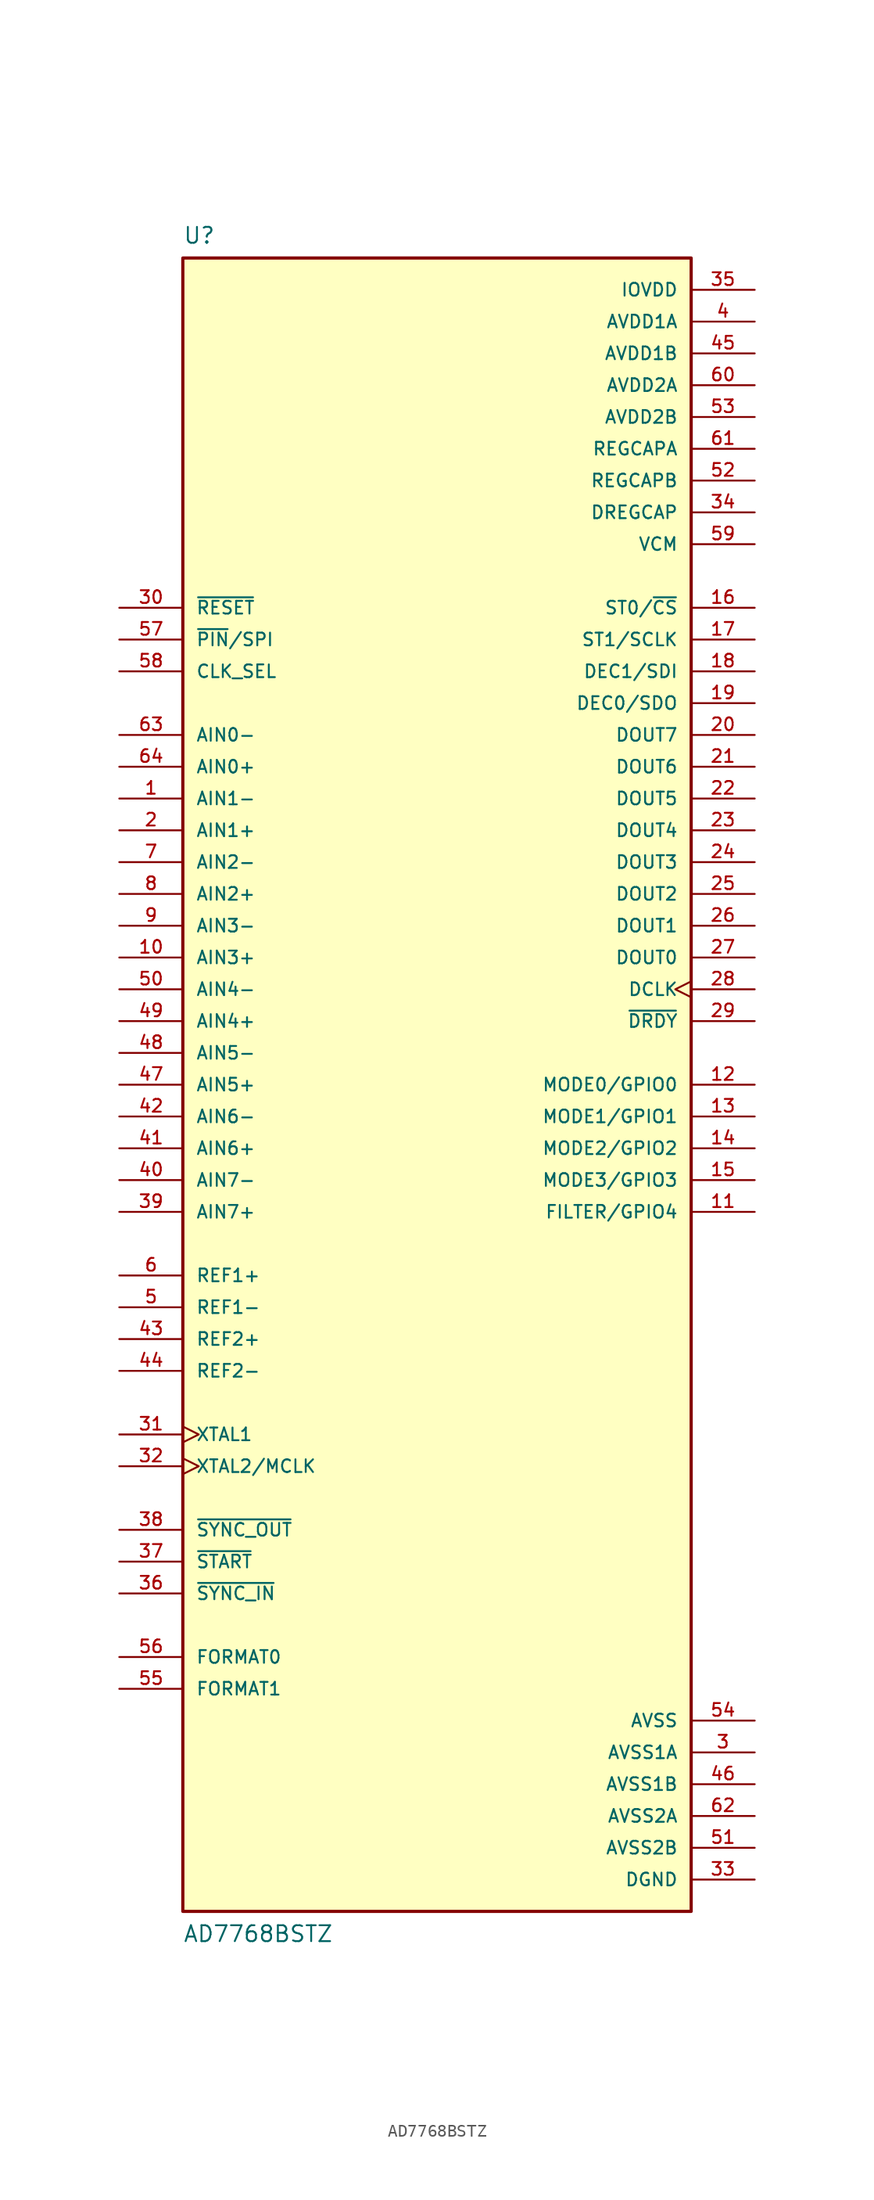
<source format=kicad_sym>
(kicad_symbol_lib
  (version 20211014)
  (generator kicad_symbol_editor)
  (symbol "AD7768BSTZ"
    (pin_names
      (offset 1.016))
    (property "Reference" "U"
      (at -20.32 68.58 0)
      (effects (font (size 1.27 1.27)) (justify top left)))
    (property "Value" "AD7768BSTZ"
      (at -20.32 -68.58 0)
      (effects (font (size 1.27 1.27)) (justify bottom left)))
    (symbol "AD7768BSTZ_0_0"
      (rectangle (start -20.32 -66.04) (end 20.32 66.04) (stroke (width 0.254)) (fill (type background)))
      (pin input line (at -25.4 22.86 0) (length 5.08) (name "AIN1-" (effects (font (size 1.016 1.016)))) (number "1" (effects (font (size 1.016 1.016)))))
      (pin input line (at -25.4 20.32 0) (length 5.08) (name "AIN1+" (effects (font (size 1.016 1.016)))) (number "2" (effects (font (size 1.016 1.016)))))
      (pin power_in line (at 25.4 -53.34 180.0) (length 5.08) (name "AVSS1A" (effects (font (size 1.016 1.016)))) (number "3" (effects (font (size 1.016 1.016)))))
      (pin power_in line (at 25.4 60.96 180.0) (length 5.08) (name "AVDD1A" (effects (font (size 1.016 1.016)))) (number "4" (effects (font (size 1.016 1.016)))))
      (pin input line (at -25.4 -17.78 0) (length 5.08) (name "REF1-" (effects (font (size 1.016 1.016)))) (number "5" (effects (font (size 1.016 1.016)))))
      (pin input line (at -25.4 -15.24 0) (length 5.08) (name "REF1+" (effects (font (size 1.016 1.016)))) (number "6" (effects (font (size 1.016 1.016)))))
      (pin input line (at -25.4 17.78 0) (length 5.08) (name "AIN2-" (effects (font (size 1.016 1.016)))) (number "7" (effects (font (size 1.016 1.016)))))
      (pin input line (at -25.4 15.24 0) (length 5.08) (name "AIN2+" (effects (font (size 1.016 1.016)))) (number "8" (effects (font (size 1.016 1.016)))))
      (pin input line (at -25.4 12.7 0) (length 5.08) (name "AIN3-" (effects (font (size 1.016 1.016)))) (number "9" (effects (font (size 1.016 1.016)))))
      (pin input line (at -25.4 10.16 0) (length 5.08) (name "AIN3+" (effects (font (size 1.016 1.016)))) (number "10" (effects (font (size 1.016 1.016)))))
      (pin bidirectional line (at 25.4 -10.16 180.0) (length 5.08) (name "FILTER/GPIO4" (effects (font (size 1.016 1.016)))) (number "11" (effects (font (size 1.016 1.016)))))
      (pin bidirectional line (at 25.4 -2.54 180.0) (length 5.08) (name "MODE1/GPIO1" (effects (font (size 1.016 1.016)))) (number "13" (effects (font (size 1.016 1.016)))))
      (pin bidirectional line (at 25.4 0.0 180.0) (length 5.08) (name "MODE0/GPIO0" (effects (font (size 1.016 1.016)))) (number "12" (effects (font (size 1.016 1.016)))))
      (pin bidirectional line (at 25.4 -5.08 180.0) (length 5.08) (name "MODE2/GPIO2" (effects (font (size 1.016 1.016)))) (number "14" (effects (font (size 1.016 1.016)))))
      (pin bidirectional line (at 25.4 -7.62 180.0) (length 5.08) (name "MODE3/GPIO3" (effects (font (size 1.016 1.016)))) (number "15" (effects (font (size 1.016 1.016)))))
      (pin input line (at 25.4 38.1 180.0) (length 5.08) (name "ST0/~{CS}" (effects (font (size 1.016 1.016)))) (number "16" (effects (font (size 1.016 1.016)))))
      (pin input line (at 25.4 35.56 180.0) (length 5.08) (name "ST1/SCLK" (effects (font (size 1.016 1.016)))) (number "17" (effects (font (size 1.016 1.016)))))
      (pin input line (at 25.4 33.02 180.0) (length 5.08) (name "DEC1/SDI" (effects (font (size 1.016 1.016)))) (number "18" (effects (font (size 1.016 1.016)))))
      (pin bidirectional line (at 25.4 30.48 180.0) (length 5.08) (name "DEC0/SDO" (effects (font (size 1.016 1.016)))) (number "19" (effects (font (size 1.016 1.016)))))
      (pin bidirectional line (at 25.4 27.94 180.0) (length 5.08) (name "DOUT7" (effects (font (size 1.016 1.016)))) (number "20" (effects (font (size 1.016 1.016)))))
      (pin bidirectional line (at 25.4 25.4 180.0) (length 5.08) (name "DOUT6" (effects (font (size 1.016 1.016)))) (number "21" (effects (font (size 1.016 1.016)))))
      (pin output line (at 25.4 22.86 180.0) (length 5.08) (name "DOUT5" (effects (font (size 1.016 1.016)))) (number "22" (effects (font (size 1.016 1.016)))))
      (pin output line (at 25.4 20.32 180.0) (length 5.08) (name "DOUT4" (effects (font (size 1.016 1.016)))) (number "23" (effects (font (size 1.016 1.016)))))
      (pin output line (at 25.4 17.78 180.0) (length 5.08) (name "DOUT3" (effects (font (size 1.016 1.016)))) (number "24" (effects (font (size 1.016 1.016)))))
      (pin output line (at 25.4 15.24 180.0) (length 5.08) (name "DOUT2" (effects (font (size 1.016 1.016)))) (number "25" (effects (font (size 1.016 1.016)))))
      (pin output line (at 25.4 12.7 180.0) (length 5.08) (name "DOUT1" (effects (font (size 1.016 1.016)))) (number "26" (effects (font (size 1.016 1.016)))))
      (pin output line (at 25.4 10.16 180.0) (length 5.08) (name "DOUT0" (effects (font (size 1.016 1.016)))) (number "27" (effects (font (size 1.016 1.016)))))
      (pin output clock (at 25.4 7.62 180.0) (length 5.08) (name "DCLK" (effects (font (size 1.016 1.016)))) (number "28" (effects (font (size 1.016 1.016)))))
      (pin output line (at 25.4 5.08 180.0) (length 5.08) (name "~{DRDY}" (effects (font (size 1.016 1.016)))) (number "29" (effects (font (size 1.016 1.016)))))
      (pin input line (at -25.4 38.1 0) (length 5.08) (name "~{RESET}" (effects (font (size 1.016 1.016)))) (number "30" (effects (font (size 1.016 1.016)))))
      (pin input clock (at -25.4 -27.94 0) (length 5.08) (name "XTAL1" (effects (font (size 1.016 1.016)))) (number "31" (effects (font (size 1.016 1.016)))))
      (pin input clock (at -25.4 -30.48 0) (length 5.08) (name "XTAL2/MCLK" (effects (font (size 1.016 1.016)))) (number "32" (effects (font (size 1.016 1.016)))))
      (pin power_in line (at 25.4 -63.5 180.0) (length 5.08) (name "DGND" (effects (font (size 1.016 1.016)))) (number "33" (effects (font (size 1.016 1.016)))))
      (pin power_in line (at 25.4 45.72 180.0) (length 5.08) (name "DREGCAP" (effects (font (size 1.016 1.016)))) (number "34" (effects (font (size 1.016 1.016)))))
      (pin power_in line (at 25.4 63.5 180.0) (length 5.08) (name "IOVDD" (effects (font (size 1.016 1.016)))) (number "35" (effects (font (size 1.016 1.016)))))
      (pin input line (at -25.4 -40.64 0) (length 5.08) (name "~{SYNC_IN}" (effects (font (size 1.016 1.016)))) (number "36" (effects (font (size 1.016 1.016)))))
      (pin input line (at -25.4 -38.1 0) (length 5.08) (name "~{START}" (effects (font (size 1.016 1.016)))) (number "37" (effects (font (size 1.016 1.016)))))
      (pin output line (at -25.4 -35.56 0) (length 5.08) (name "~{SYNC_OUT}" (effects (font (size 1.016 1.016)))) (number "38" (effects (font (size 1.016 1.016)))))
      (pin input line (at -25.4 -10.16 0) (length 5.08) (name "AIN7+" (effects (font (size 1.016 1.016)))) (number "39" (effects (font (size 1.016 1.016)))))
      (pin input line (at -25.4 -7.62 0) (length 5.08) (name "AIN7-" (effects (font (size 1.016 1.016)))) (number "40" (effects (font (size 1.016 1.016)))))
      (pin input line (at -25.4 -5.08 0) (length 5.08) (name "AIN6+" (effects (font (size 1.016 1.016)))) (number "41" (effects (font (size 1.016 1.016)))))
      (pin input line (at -25.4 -2.54 0) (length 5.08) (name "AIN6-" (effects (font (size 1.016 1.016)))) (number "42" (effects (font (size 1.016 1.016)))))
      (pin input line (at -25.4 -20.32 0) (length 5.08) (name "REF2+" (effects (font (size 1.016 1.016)))) (number "43" (effects (font (size 1.016 1.016)))))
      (pin input line (at -25.4 -22.86 0) (length 5.08) (name "REF2-" (effects (font (size 1.016 1.016)))) (number "44" (effects (font (size 1.016 1.016)))))
      (pin power_in line (at 25.4 58.42 180.0) (length 5.08) (name "AVDD1B" (effects (font (size 1.016 1.016)))) (number "45" (effects (font (size 1.016 1.016)))))
      (pin power_in line (at 25.4 -55.88 180.0) (length 5.08) (name "AVSS1B" (effects (font (size 1.016 1.016)))) (number "46" (effects (font (size 1.016 1.016)))))
      (pin input line (at -25.4 0.0 0) (length 5.08) (name "AIN5+" (effects (font (size 1.016 1.016)))) (number "47" (effects (font (size 1.016 1.016)))))
      (pin input line (at -25.4 2.54 0) (length 5.08) (name "AIN5-" (effects (font (size 1.016 1.016)))) (number "48" (effects (font (size 1.016 1.016)))))
      (pin input line (at -25.4 5.08 0) (length 5.08) (name "AIN4+" (effects (font (size 1.016 1.016)))) (number "49" (effects (font (size 1.016 1.016)))))
      (pin input line (at -25.4 7.62 0) (length 5.08) (name "AIN4-" (effects (font (size 1.016 1.016)))) (number "50" (effects (font (size 1.016 1.016)))))
      (pin power_in line (at 25.4 -60.96 180.0) (length 5.08) (name "AVSS2B" (effects (font (size 1.016 1.016)))) (number "51" (effects (font (size 1.016 1.016)))))
      (pin power_in line (at 25.4 48.26 180.0) (length 5.08) (name "REGCAPB" (effects (font (size 1.016 1.016)))) (number "52" (effects (font (size 1.016 1.016)))))
      (pin power_in line (at 25.4 53.34 180.0) (length 5.08) (name "AVDD2B" (effects (font (size 1.016 1.016)))) (number "53" (effects (font (size 1.016 1.016)))))
      (pin power_in line (at 25.4 -50.8 180.0) (length 5.08) (name "AVSS" (effects (font (size 1.016 1.016)))) (number "54" (effects (font (size 1.016 1.016)))))
      (pin input line (at -25.4 -48.26 0) (length 5.08) (name "FORMAT1" (effects (font (size 1.016 1.016)))) (number "55" (effects (font (size 1.016 1.016)))))
      (pin input line (at -25.4 -45.72 0) (length 5.08) (name "FORMAT0" (effects (font (size 1.016 1.016)))) (number "56" (effects (font (size 1.016 1.016)))))
      (pin input line (at -25.4 35.56 0) (length 5.08) (name "~{PIN}/SPI" (effects (font (size 1.016 1.016)))) (number "57" (effects (font (size 1.016 1.016)))))
      (pin input line (at -25.4 33.02 0) (length 5.08) (name "CLK_SEL" (effects (font (size 1.016 1.016)))) (number "58" (effects (font (size 1.016 1.016)))))
      (pin power_in line (at 25.4 43.18 180.0) (length 5.08) (name "VCM" (effects (font (size 1.016 1.016)))) (number "59" (effects (font (size 1.016 1.016)))))
      (pin power_in line (at 25.4 55.88 180.0) (length 5.08) (name "AVDD2A" (effects (font (size 1.016 1.016)))) (number "60" (effects (font (size 1.016 1.016)))))
      (pin power_in line (at 25.4 50.8 180.0) (length 5.08) (name "REGCAPA" (effects (font (size 1.016 1.016)))) (number "61" (effects (font (size 1.016 1.016)))))
      (pin power_in line (at 25.4 -58.42 180.0) (length 5.08) (name "AVSS2A" (effects (font (size 1.016 1.016)))) (number "62" (effects (font (size 1.016 1.016)))))
      (pin input line (at -25.4 27.94 0) (length 5.08) (name "AIN0-" (effects (font (size 1.016 1.016)))) (number "63" (effects (font (size 1.016 1.016)))))
      (pin input line (at -25.4 25.4 0) (length 5.08) (name "AIN0+" (effects (font (size 1.016 1.016)))) (number "64" (effects (font (size 1.016 1.016))))))))
</source>
